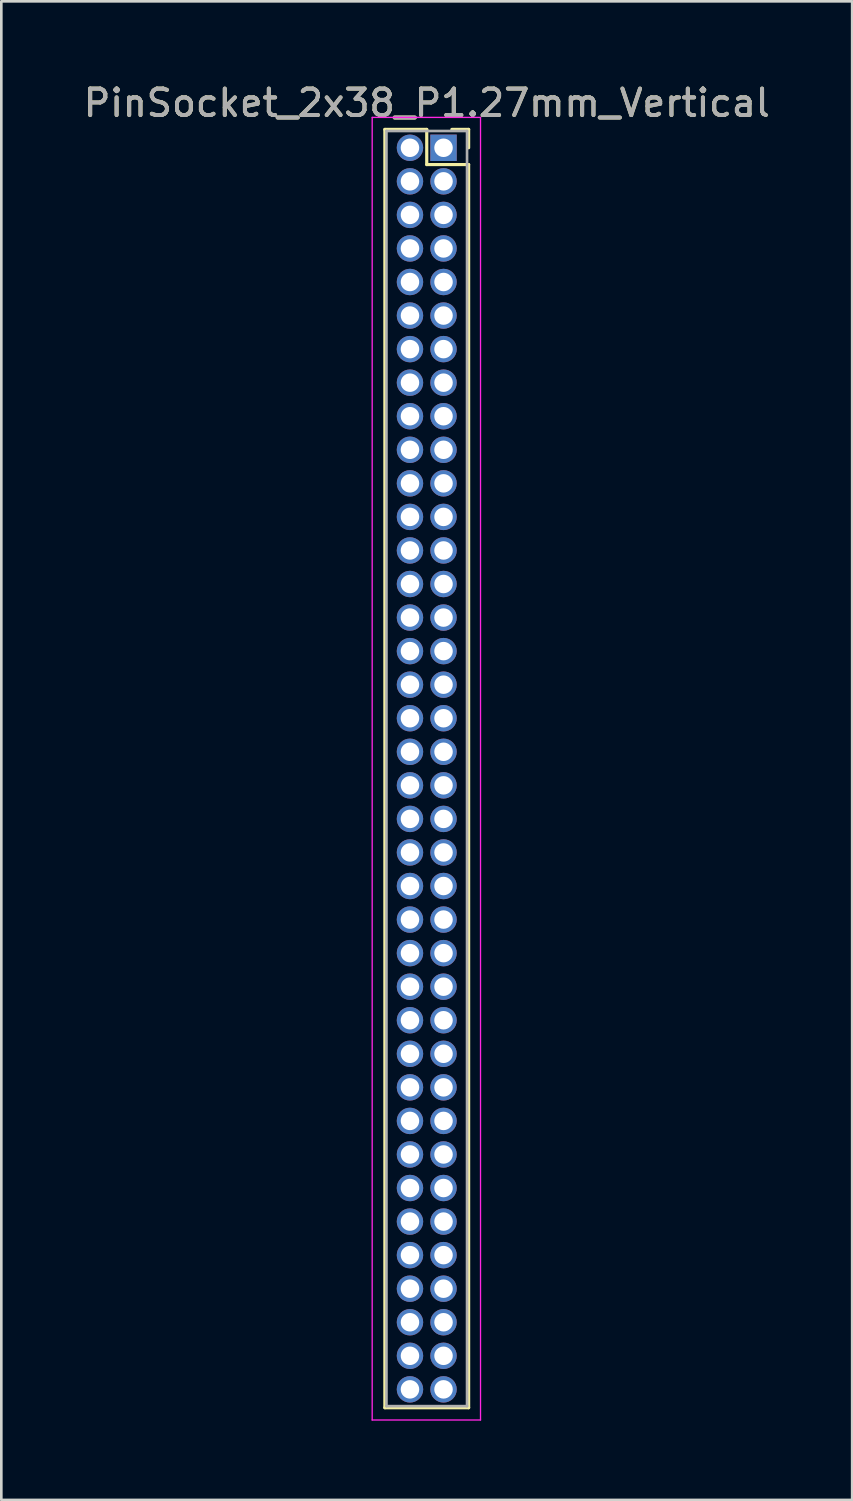
<source format=kicad_pcb>
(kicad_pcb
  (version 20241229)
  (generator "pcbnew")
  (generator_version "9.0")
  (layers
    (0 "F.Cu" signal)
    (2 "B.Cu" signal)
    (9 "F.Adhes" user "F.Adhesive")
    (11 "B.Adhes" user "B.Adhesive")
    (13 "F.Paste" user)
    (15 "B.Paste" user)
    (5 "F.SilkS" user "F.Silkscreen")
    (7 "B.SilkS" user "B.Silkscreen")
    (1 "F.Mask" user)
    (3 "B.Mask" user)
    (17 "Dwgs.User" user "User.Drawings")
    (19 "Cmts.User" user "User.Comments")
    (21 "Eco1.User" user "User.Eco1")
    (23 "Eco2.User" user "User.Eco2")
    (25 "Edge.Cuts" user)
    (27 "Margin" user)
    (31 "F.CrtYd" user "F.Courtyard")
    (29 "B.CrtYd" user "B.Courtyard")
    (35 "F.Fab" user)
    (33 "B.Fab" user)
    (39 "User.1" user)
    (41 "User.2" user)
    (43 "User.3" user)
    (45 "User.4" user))
  (footprint "PinSocket_2x38_P1.27mm_Vertical"
    (layer "F.Cu")
    (at 13.736 2.543)
    (property "Reference" "PinSocket_2x38_P1.27mm_Vertical" (at -0.635 -1.695 0) (layer "F.SilkS") (effects (font (size 1 1) (thickness 0.15))))
    (attr through_hole)
    (fp_line (start -2.22 -0.695) (end -0.635 -0.695) (stroke (width 0.12) (type solid)) (layer "F.SilkS"))
    (fp_line (start -2.22 47.685) (end -2.22 -0.695) (stroke (width 0.12) (type solid)) (layer "F.SilkS"))
    (fp_line (start -0.635 -0.695) (end -0.635 0.635) (stroke (width 0.12) (type solid)) (layer "F.SilkS"))
    (fp_line (start -0.635 0.635) (end 0.95 0.635) (stroke (width 0.12) (type solid)) (layer "F.SilkS"))
    (fp_line (start 0.95 -0.695) (end 0.315 -0.695) (stroke (width 0.12) (type solid)) (layer "F.SilkS"))
    (fp_line (start 0.95 0) (end 0.95 -0.695) (stroke (width 0.12) (type solid)) (layer "F.SilkS"))
    (fp_line (start 0.95 0.635) (end 0.95 47.685) (stroke (width 0.12) (type solid)) (layer "F.SilkS"))
    (fp_line (start 0.95 47.685) (end -2.22 47.685) (stroke (width 0.12) (type solid)) (layer "F.SilkS"))
    (fp_line (start -2.7 -1.15) (end -2.7 48.15) (stroke (width 0.05) (type solid)) (layer "F.CrtYd"))
    (fp_line (start -2.7 48.15) (end 1.4 48.15) (stroke (width 0.05) (type solid)) (layer "F.CrtYd"))
    (fp_line (start 1.4 -1.15) (end -2.7 -1.15) (stroke (width 0.05) (type solid)) (layer "F.CrtYd"))
    (fp_line (start 1.4 48.15) (end 1.4 -1.15) (stroke (width 0.05) (type solid)) (layer "F.CrtYd"))
    (fp_line (start -2.16 -0.635) (end -2.16 47.625) (stroke (width 0.1) (type solid)) (layer "F.Fab"))
    (fp_line (start -2.16 47.625) (end 0.89 47.625) (stroke (width 0.1) (type solid)) (layer "F.Fab"))
    (fp_line (start 0.89 -0.635) (end -2.16 -0.635) (stroke (width 0.1) (type solid)) (layer "F.Fab"))
    (fp_line (start 0.89 47.625) (end 0.89 -0.635) (stroke (width 0.1) (type solid)) (layer "F.Fab"))
    (fp_text user "${REFERENCE}" (at -0.635 -1.695 0) (layer "F.Fab") (effects (font (size 1 1) (thickness 0.15))))
    (pad "1" thru_hole rect (at 0 0) (size 1 1) (drill 0.7) (layers "*.Cu" "*.Mask"))
    (pad "2" thru_hole oval (at -1.27 0) (size 1 1) (drill 0.7) (layers "*.Cu" "*.Mask"))
    (pad "3" thru_hole oval (at 0 1.27) (size 1 1) (drill 0.7) (layers "*.Cu" "*.Mask"))
    (pad "4" thru_hole oval (at -1.27 1.27) (size 1 1) (drill 0.7) (layers "*.Cu" "*.Mask"))
    (pad "5" thru_hole oval (at 0 2.54) (size 1 1) (drill 0.7) (layers "*.Cu" "*.Mask"))
    (pad "6" thru_hole oval (at -1.27 2.54) (size 1 1) (drill 0.7) (layers "*.Cu" "*.Mask"))
    (pad "7" thru_hole oval (at 0 3.81) (size 1 1) (drill 0.7) (layers "*.Cu" "*.Mask"))
    (pad "8" thru_hole oval (at -1.27 3.81) (size 1 1) (drill 0.7) (layers "*.Cu" "*.Mask"))
    (pad "9" thru_hole oval (at 0 5.08) (size 1 1) (drill 0.7) (layers "*.Cu" "*.Mask"))
    (pad "10" thru_hole oval (at -1.27 5.08) (size 1 1) (drill 0.7) (layers "*.Cu" "*.Mask"))
    (pad "11" thru_hole oval (at 0 6.35) (size 1 1) (drill 0.7) (layers "*.Cu" "*.Mask"))
    (pad "12" thru_hole oval (at -1.27 6.35) (size 1 1) (drill 0.7) (layers "*.Cu" "*.Mask"))
    (pad "13" thru_hole oval (at 0 7.62) (size 1 1) (drill 0.7) (layers "*.Cu" "*.Mask"))
    (pad "14" thru_hole oval (at -1.27 7.62) (size 1 1) (drill 0.7) (layers "*.Cu" "*.Mask"))
    (pad "15" thru_hole oval (at 0 8.89) (size 1 1) (drill 0.7) (layers "*.Cu" "*.Mask"))
    (pad "16" thru_hole oval (at -1.27 8.89) (size 1 1) (drill 0.7) (layers "*.Cu" "*.Mask"))
    (pad "17" thru_hole oval (at 0 10.16) (size 1 1) (drill 0.7) (layers "*.Cu" "*.Mask"))
    (pad "18" thru_hole oval (at -1.27 10.16) (size 1 1) (drill 0.7) (layers "*.Cu" "*.Mask"))
    (pad "19" thru_hole oval (at 0 11.43) (size 1 1) (drill 0.7) (layers "*.Cu" "*.Mask"))
    (pad "20" thru_hole oval (at -1.27 11.43) (size 1 1) (drill 0.7) (layers "*.Cu" "*.Mask"))
    (pad "21" thru_hole oval (at 0 12.7) (size 1 1) (drill 0.7) (layers "*.Cu" "*.Mask"))
    (pad "22" thru_hole oval (at -1.27 12.7) (size 1 1) (drill 0.7) (layers "*.Cu" "*.Mask"))
    (pad "23" thru_hole oval (at 0 13.97) (size 1 1) (drill 0.7) (layers "*.Cu" "*.Mask"))
    (pad "24" thru_hole oval (at -1.27 13.97) (size 1 1) (drill 0.7) (layers "*.Cu" "*.Mask"))
    (pad "25" thru_hole oval (at 0 15.24) (size 1 1) (drill 0.7) (layers "*.Cu" "*.Mask"))
    (pad "26" thru_hole oval (at -1.27 15.24) (size 1 1) (drill 0.7) (layers "*.Cu" "*.Mask"))
    (pad "27" thru_hole oval (at 0 16.51) (size 1 1) (drill 0.7) (layers "*.Cu" "*.Mask"))
    (pad "28" thru_hole oval (at -1.27 16.51) (size 1 1) (drill 0.7) (layers "*.Cu" "*.Mask"))
    (pad "29" thru_hole oval (at 0 17.78) (size 1 1) (drill 0.7) (layers "*.Cu" "*.Mask"))
    (pad "30" thru_hole oval (at -1.27 17.78) (size 1 1) (drill 0.7) (layers "*.Cu" "*.Mask"))
    (pad "31" thru_hole oval (at 0 19.05) (size 1 1) (drill 0.7) (layers "*.Cu" "*.Mask"))
    (pad "32" thru_hole oval (at -1.27 19.05) (size 1 1) (drill 0.7) (layers "*.Cu" "*.Mask"))
    (pad "33" thru_hole oval (at 0 20.32) (size 1 1) (drill 0.7) (layers "*.Cu" "*.Mask"))
    (pad "34" thru_hole oval (at -1.27 20.32) (size 1 1) (drill 0.7) (layers "*.Cu" "*.Mask"))
    (pad "35" thru_hole oval (at 0 21.59) (size 1 1) (drill 0.7) (layers "*.Cu" "*.Mask"))
    (pad "36" thru_hole oval (at -1.27 21.59) (size 1 1) (drill 0.7) (layers "*.Cu" "*.Mask"))
    (pad "37" thru_hole oval (at 0 22.86) (size 1 1) (drill 0.7) (layers "*.Cu" "*.Mask"))
    (pad "38" thru_hole oval (at -1.27 22.86) (size 1 1) (drill 0.7) (layers "*.Cu" "*.Mask"))
    (pad "39" thru_hole oval (at 0 24.13) (size 1 1) (drill 0.7) (layers "*.Cu" "*.Mask"))
    (pad "40" thru_hole oval (at -1.27 24.13) (size 1 1) (drill 0.7) (layers "*.Cu" "*.Mask"))
    (pad "41" thru_hole oval (at 0 25.4) (size 1 1) (drill 0.7) (layers "*.Cu" "*.Mask"))
    (pad "42" thru_hole oval (at -1.27 25.4) (size 1 1) (drill 0.7) (layers "*.Cu" "*.Mask"))
    (pad "43" thru_hole oval (at 0 26.67) (size 1 1) (drill 0.7) (layers "*.Cu" "*.Mask"))
    (pad "44" thru_hole oval (at -1.27 26.67) (size 1 1) (drill 0.7) (layers "*.Cu" "*.Mask"))
    (pad "45" thru_hole oval (at 0 27.94) (size 1 1) (drill 0.7) (layers "*.Cu" "*.Mask"))
    (pad "46" thru_hole oval (at -1.27 27.94) (size 1 1) (drill 0.7) (layers "*.Cu" "*.Mask"))
    (pad "47" thru_hole oval (at 0 29.21) (size 1 1) (drill 0.7) (layers "*.Cu" "*.Mask"))
    (pad "48" thru_hole oval (at -1.27 29.21) (size 1 1) (drill 0.7) (layers "*.Cu" "*.Mask"))
    (pad "49" thru_hole oval (at 0 30.48) (size 1 1) (drill 0.7) (layers "*.Cu" "*.Mask"))
    (pad "50" thru_hole oval (at -1.27 30.48) (size 1 1) (drill 0.7) (layers "*.Cu" "*.Mask"))
    (pad "51" thru_hole oval (at 0 31.75) (size 1 1) (drill 0.7) (layers "*.Cu" "*.Mask"))
    (pad "52" thru_hole oval (at -1.27 31.75) (size 1 1) (drill 0.7) (layers "*.Cu" "*.Mask"))
    (pad "53" thru_hole oval (at 0 33.02) (size 1 1) (drill 0.7) (layers "*.Cu" "*.Mask"))
    (pad "54" thru_hole oval (at -1.27 33.02) (size 1 1) (drill 0.7) (layers "*.Cu" "*.Mask"))
    (pad "55" thru_hole oval (at 0 34.29) (size 1 1) (drill 0.7) (layers "*.Cu" "*.Mask"))
    (pad "56" thru_hole oval (at -1.27 34.29) (size 1 1) (drill 0.7) (layers "*.Cu" "*.Mask"))
    (pad "57" thru_hole oval (at 0 35.56) (size 1 1) (drill 0.7) (layers "*.Cu" "*.Mask"))
    (pad "58" thru_hole oval (at -1.27 35.56) (size 1 1) (drill 0.7) (layers "*.Cu" "*.Mask"))
    (pad "59" thru_hole oval (at 0 36.83) (size 1 1) (drill 0.7) (layers "*.Cu" "*.Mask"))
    (pad "60" thru_hole oval (at -1.27 36.83) (size 1 1) (drill 0.7) (layers "*.Cu" "*.Mask"))
    (pad "61" thru_hole oval (at 0 38.1) (size 1 1) (drill 0.7) (layers "*.Cu" "*.Mask"))
    (pad "62" thru_hole oval (at -1.27 38.1) (size 1 1) (drill 0.7) (layers "*.Cu" "*.Mask"))
    (pad "63" thru_hole oval (at 0 39.37) (size 1 1) (drill 0.7) (layers "*.Cu" "*.Mask"))
    (pad "64" thru_hole oval (at -1.27 39.37) (size 1 1) (drill 0.7) (layers "*.Cu" "*.Mask"))
    (pad "65" thru_hole oval (at 0 40.64) (size 1 1) (drill 0.7) (layers "*.Cu" "*.Mask"))
    (pad "66" thru_hole oval (at -1.27 40.64) (size 1 1) (drill 0.7) (layers "*.Cu" "*.Mask"))
    (pad "67" thru_hole oval (at 0 41.91) (size 1 1) (drill 0.7) (layers "*.Cu" "*.Mask"))
    (pad "68" thru_hole oval (at -1.27 41.91) (size 1 1) (drill 0.7) (layers "*.Cu" "*.Mask"))
    (pad "69" thru_hole oval (at 0 43.18) (size 1 1) (drill 0.7) (layers "*.Cu" "*.Mask"))
    (pad "70" thru_hole oval (at -1.27 43.18) (size 1 1) (drill 0.7) (layers "*.Cu" "*.Mask"))
    (pad "71" thru_hole oval (at 0 44.45) (size 1 1) (drill 0.7) (layers "*.Cu" "*.Mask"))
    (pad "72" thru_hole oval (at -1.27 44.45) (size 1 1) (drill 0.7) (layers "*.Cu" "*.Mask"))
    (pad "73" thru_hole oval (at 0 45.72) (size 1 1) (drill 0.7) (layers "*.Cu" "*.Mask"))
    (pad "74" thru_hole oval (at -1.27 45.72) (size 1 1) (drill 0.7) (layers "*.Cu" "*.Mask"))
    (pad "75" thru_hole oval (at 0 46.99) (size 1 1) (drill 0.7) (layers "*.Cu" "*.Mask"))
    (pad "76" thru_hole oval (at -1.27 46.99) (size 1 1) (drill 0.7) (layers "*.Cu" "*.Mask")))
  (gr_rect
    (start -3 -3)
    (end 29.202 53.718)
    (stroke (width 0.1) (type default))
    (fill no)
    (layer "Edge.Cuts")))
</source>
